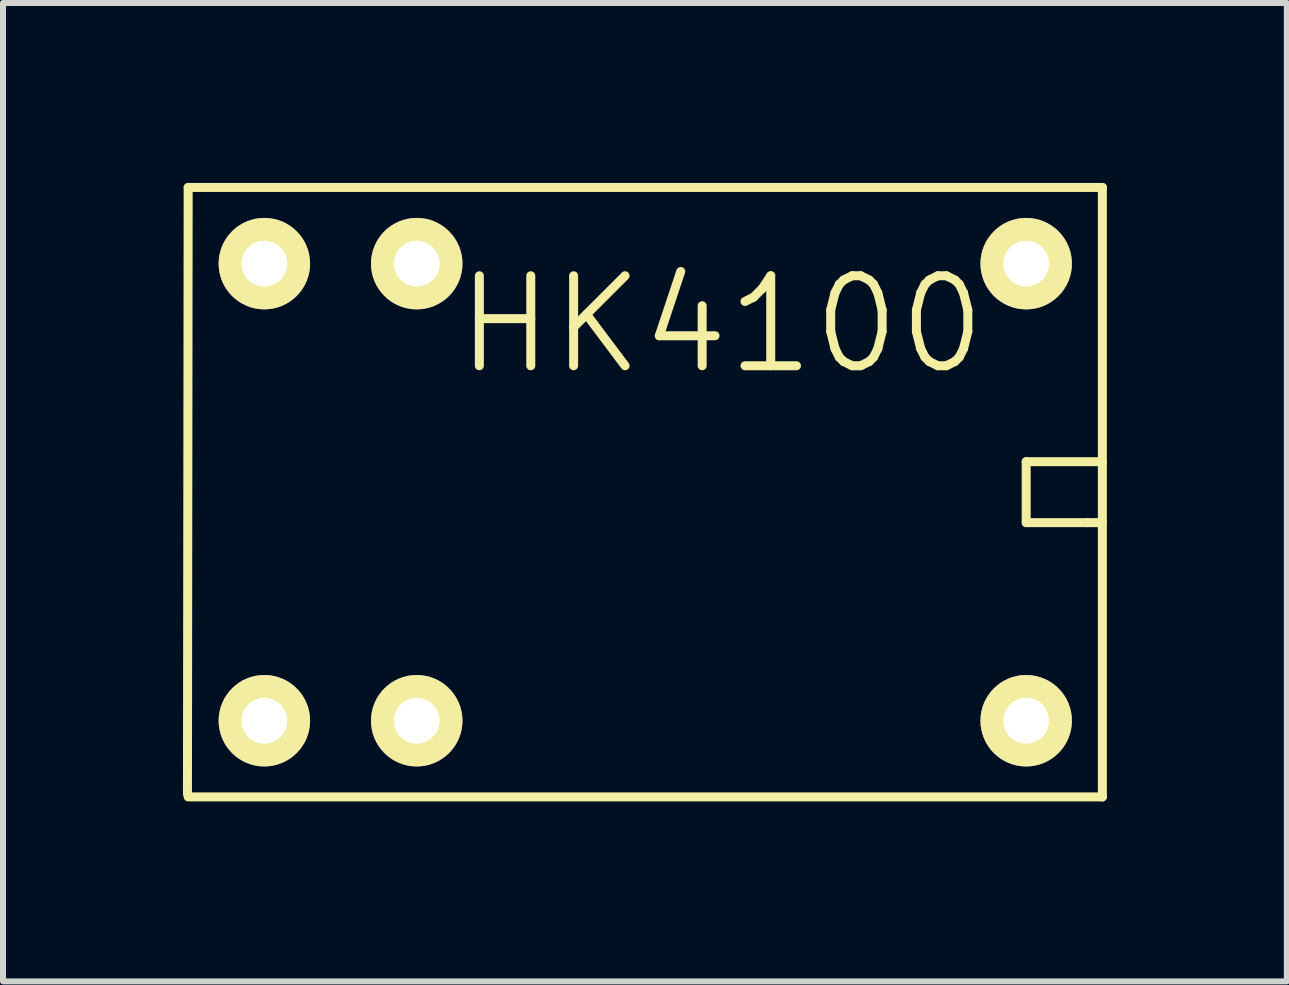
<source format=kicad_pcb>
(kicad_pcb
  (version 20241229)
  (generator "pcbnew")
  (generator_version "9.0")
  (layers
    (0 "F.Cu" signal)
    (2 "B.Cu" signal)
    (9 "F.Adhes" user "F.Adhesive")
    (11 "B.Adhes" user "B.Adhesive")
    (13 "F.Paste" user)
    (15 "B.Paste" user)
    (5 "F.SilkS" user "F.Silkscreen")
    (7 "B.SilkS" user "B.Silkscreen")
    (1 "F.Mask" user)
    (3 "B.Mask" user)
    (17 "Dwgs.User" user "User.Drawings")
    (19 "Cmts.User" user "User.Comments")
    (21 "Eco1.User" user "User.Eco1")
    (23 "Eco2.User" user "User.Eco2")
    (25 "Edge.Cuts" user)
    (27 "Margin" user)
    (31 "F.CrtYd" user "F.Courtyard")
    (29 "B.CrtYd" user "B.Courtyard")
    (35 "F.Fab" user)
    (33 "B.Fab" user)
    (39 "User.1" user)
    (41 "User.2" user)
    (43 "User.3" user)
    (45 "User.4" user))
  (footprint "HK4100"
    (layer "F.Cu")
    (at 7.707 5.155)
    (property "Reference" "HK4100" (at 1.27 -2.794 0) (layer "F.SilkS") (effects (font (size 1.5 1.5) (thickness 0.15))))
    (attr through_hole)
    (fp_line (start -7.62 -5.08) (end -7.632 5.032) (stroke (width 0.15) (type solid)) (layer "F.SilkS"))
    (fp_line (start -7.62 5.08) (end 7.62 5.08) (stroke (width 0.15) (type solid)) (layer "F.SilkS"))
    (fp_line (start 6.35 -0.508) (end 6.35 0.508) (stroke (width 0.15) (type solid)) (layer "F.SilkS"))
    (fp_line (start 6.35 0.508) (end 7.366 0.508) (stroke (width 0.15) (type solid)) (layer "F.SilkS"))
    (fp_line (start 7.366 0.508) (end 7.62 0.508) (stroke (width 0.15) (type solid)) (layer "F.SilkS"))
    (fp_line (start 7.62 -5.08) (end -7.62 -5.08) (stroke (width 0.15) (type solid)) (layer "F.SilkS"))
    (fp_line (start 7.62 -0.508) (end 6.35 -0.508) (stroke (width 0.15) (type solid)) (layer "F.SilkS"))
    (fp_line (start 7.62 5.08) (end 7.62 -5.08) (stroke (width 0.15) (type solid)) (layer "F.SilkS"))
    (pad "1" thru_hole circle (at -6.35 3.81) (size 1.524 1.524) (drill 0.762) (layers "*.Cu" "*.Mask" "F.SilkS"))
    (pad "2" thru_hole circle (at -3.81 3.81) (size 1.524 1.524) (drill 0.762) (layers "*.Cu" "*.Mask" "F.SilkS"))
    (pad "3" thru_hole circle (at 6.35 3.81) (size 1.524 1.524) (drill 0.762) (layers "*.Cu" "*.Mask" "F.SilkS"))
    (pad "4" thru_hole circle (at 6.35 -3.81) (size 1.524 1.524) (drill 0.762) (layers "*.Cu" "*.Mask" "F.SilkS"))
    (pad "5" thru_hole circle (at -3.81 -3.81) (size 1.524 1.524) (drill 0.762) (layers "*.Cu" "*.Mask" "F.SilkS"))
    (pad "6" thru_hole circle (at -6.35 -3.81) (size 1.524 1.524) (drill 0.762) (layers "*.Cu" "*.Mask" "F.SilkS")))
  (gr_rect
    (start -3 -3)
    (end 18.402 13.31)
    (stroke (width 0.1) (type default))
    (fill no)
    (layer "Edge.Cuts")))
</source>
